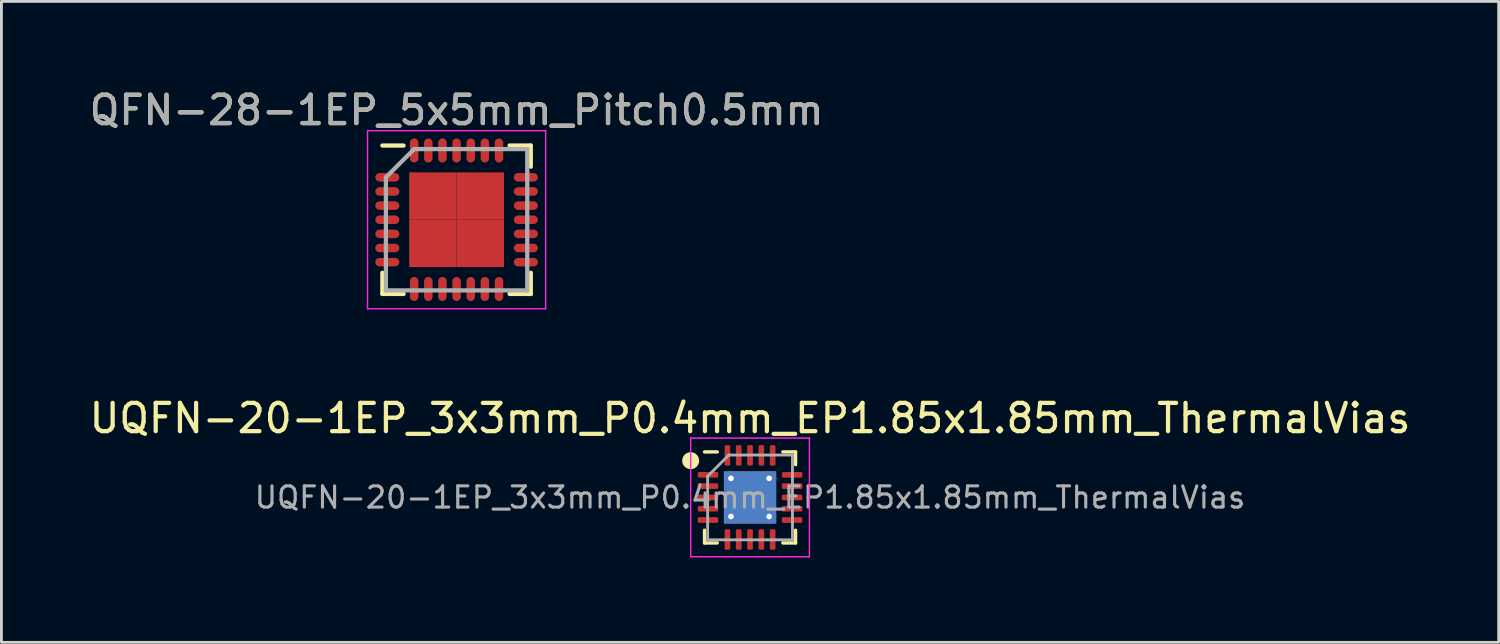
<source format=kicad_pcb>
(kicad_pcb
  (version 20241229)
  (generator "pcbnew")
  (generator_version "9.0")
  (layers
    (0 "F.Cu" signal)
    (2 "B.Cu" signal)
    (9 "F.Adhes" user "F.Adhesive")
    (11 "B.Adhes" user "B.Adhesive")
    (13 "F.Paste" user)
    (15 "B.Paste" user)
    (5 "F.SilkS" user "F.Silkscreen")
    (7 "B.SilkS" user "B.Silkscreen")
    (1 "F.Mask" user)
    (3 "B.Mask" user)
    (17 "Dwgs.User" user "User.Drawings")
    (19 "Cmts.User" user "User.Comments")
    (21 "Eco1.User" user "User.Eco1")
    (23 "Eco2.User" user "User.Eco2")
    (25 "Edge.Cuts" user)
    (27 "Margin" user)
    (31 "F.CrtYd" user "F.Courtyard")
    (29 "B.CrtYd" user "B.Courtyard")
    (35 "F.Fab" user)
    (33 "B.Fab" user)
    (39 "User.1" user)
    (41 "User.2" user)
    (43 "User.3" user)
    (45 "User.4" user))
  (footprint "UQFN-20-1EP_3x3mm_P0.4mm_EP1.85x1.85mm_ThermalVias"
    (layer "F.Cu")
    (at 23.482 14.546)
    (property "Reference" "UQFN-20-1EP_3x3mm_P0.4mm_EP1.85x1.85mm_ThermalVias" (at 0 -2.8 0) (layer "F.SilkS") (effects (font (size 1 1) (thickness 0.15))))
    (attr smd)
    (fp_line (start -1.61 1.61) (end -1.61 1.16) (stroke (width 0.12) (type solid)) (layer "F.SilkS"))
    (fp_line (start -1.16 -1.61) (end -1.61 -1.61) (stroke (width 0.12) (type solid)) (layer "F.SilkS"))
    (fp_line (start -1.16 1.61) (end -1.61 1.61) (stroke (width 0.12) (type solid)) (layer "F.SilkS"))
    (fp_line (start 1.16 -1.61) (end 1.61 -1.61) (stroke (width 0.12) (type solid)) (layer "F.SilkS"))
    (fp_line (start 1.16 1.61) (end 1.61 1.61) (stroke (width 0.12) (type solid)) (layer "F.SilkS"))
    (fp_line (start 1.61 -1.61) (end 1.61 -1.16) (stroke (width 0.12) (type solid)) (layer "F.SilkS"))
    (fp_line (start 1.61 1.61) (end 1.61 1.16) (stroke (width 0.12) (type solid)) (layer "F.SilkS"))
    (fp_circle (center -2.1 -1.3) (end -1.95 -1.3) (stroke (width 0.3) (type solid)) (fill no) (layer "F.SilkS"))
    (fp_line (start -2.1 -2.1) (end -2.1 2.1) (stroke (width 0.05) (type solid)) (layer "F.CrtYd"))
    (fp_line (start -2.1 2.1) (end 2.1 2.1) (stroke (width 0.05) (type solid)) (layer "F.CrtYd"))
    (fp_line (start 2.1 -2.1) (end -2.1 -2.1) (stroke (width 0.05) (type solid)) (layer "F.CrtYd"))
    (fp_line (start 2.1 2.1) (end 2.1 -2.1) (stroke (width 0.05) (type solid)) (layer "F.CrtYd"))
    (fp_line (start -1.5 -0.75) (end -0.75 -1.5) (stroke (width 0.1) (type solid)) (layer "F.Fab"))
    (fp_line (start -1.5 1.5) (end -1.5 -0.75) (stroke (width 0.1) (type solid)) (layer "F.Fab"))
    (fp_line (start -0.75 -1.5) (end 1.5 -1.5) (stroke (width 0.1) (type solid)) (layer "F.Fab"))
    (fp_line (start 1.5 -1.5) (end 1.5 1.5) (stroke (width 0.1) (type solid)) (layer "F.Fab"))
    (fp_line (start 1.5 1.5) (end -1.5 1.5) (stroke (width 0.1) (type solid)) (layer "F.Fab"))
    (fp_text user "${REFERENCE}" (at 0 0 0) (layer "F.Fab") (effects (font (size 0.75 0.75) (thickness 0.11))))
    (pad "" smd roundrect (at -0.46 -0.46) (size 0.8 0.8) (layers "F.Paste") (roundrect_rratio 0.25))
    (pad "" smd roundrect (at -0.46 0.46) (size 0.8 0.8) (layers "F.Paste") (roundrect_rratio 0.25))
    (pad "" smd roundrect (at 0.46 -0.46) (size 0.8 0.8) (layers "F.Paste") (roundrect_rratio 0.25))
    (pad "" smd roundrect (at 0.46 0.46) (size 0.8 0.8) (layers "F.Paste") (roundrect_rratio 0.25))
    (pad "1" smd roundrect (at -1.488 -0.8) (size 0.725 0.2) (layers "F.Cu" "F.Mask" "F.Paste") (roundrect_rratio 0.25))
    (pad "2" smd roundrect (at -1.488 -0.4) (size 0.725 0.2) (layers "F.Cu" "F.Mask" "F.Paste") (roundrect_rratio 0.25))
    (pad "3" smd roundrect (at -1.488 0) (size 0.725 0.2) (layers "F.Cu" "F.Mask" "F.Paste") (roundrect_rratio 0.25))
    (pad "4" smd roundrect (at -1.488 0.4) (size 0.725 0.2) (layers "F.Cu" "F.Mask" "F.Paste") (roundrect_rratio 0.25))
    (pad "5" smd roundrect (at -1.488 0.8) (size 0.725 0.2) (layers "F.Cu" "F.Mask" "F.Paste") (roundrect_rratio 0.25))
    (pad "6" smd roundrect (at -0.8 1.488) (size 0.2 0.725) (layers "F.Cu" "F.Mask" "F.Paste") (roundrect_rratio 0.25))
    (pad "7" smd roundrect (at -0.4 1.488) (size 0.2 0.725) (layers "F.Cu" "F.Mask" "F.Paste") (roundrect_rratio 0.25))
    (pad "8" smd roundrect (at 0 1.488) (size 0.2 0.725) (layers "F.Cu" "F.Mask" "F.Paste") (roundrect_rratio 0.25))
    (pad "9" smd roundrect (at 0.4 1.488) (size 0.2 0.725) (layers "F.Cu" "F.Mask" "F.Paste") (roundrect_rratio 0.25))
    (pad "10" smd roundrect (at 0.8 1.488) (size 0.2 0.725) (layers "F.Cu" "F.Mask" "F.Paste") (roundrect_rratio 0.25))
    (pad "11" smd roundrect (at 1.488 0.8) (size 0.725 0.2) (layers "F.Cu" "F.Mask" "F.Paste") (roundrect_rratio 0.25))
    (pad "12" smd roundrect (at 1.488 0.4) (size 0.725 0.2) (layers "F.Cu" "F.Mask" "F.Paste") (roundrect_rratio 0.25))
    (pad "13" smd roundrect (at 1.488 0) (size 0.725 0.2) (layers "F.Cu" "F.Mask" "F.Paste") (roundrect_rratio 0.25))
    (pad "14" smd roundrect (at 1.488 -0.4) (size 0.725 0.2) (layers "F.Cu" "F.Mask" "F.Paste") (roundrect_rratio 0.25))
    (pad "15" smd roundrect (at 1.488 -0.8) (size 0.725 0.2) (layers "F.Cu" "F.Mask" "F.Paste") (roundrect_rratio 0.25))
    (pad "16" smd roundrect (at 0.8 -1.488) (size 0.2 0.725) (layers "F.Cu" "F.Mask" "F.Paste") (roundrect_rratio 0.25))
    (pad "17" smd roundrect (at 0.4 -1.488) (size 0.2 0.725) (layers "F.Cu" "F.Mask" "F.Paste") (roundrect_rratio 0.25))
    (pad "18" smd roundrect (at 0 -1.488) (size 0.2 0.725) (layers "F.Cu" "F.Mask" "F.Paste") (roundrect_rratio 0.25))
    (pad "19" smd roundrect (at -0.4 -1.488) (size 0.2 0.725) (layers "F.Cu" "F.Mask" "F.Paste") (roundrect_rratio 0.25))
    (pad "20" smd roundrect (at -0.8 -1.488) (size 0.2 0.725) (layers "F.Cu" "F.Mask" "F.Paste") (roundrect_rratio 0.25))
    (pad "21" thru_hole circle (at -0.675 -0.675) (size 0.5 0.5) (drill 0.2) (layers "*.Cu"))
    (pad "21" thru_hole circle (at -0.675 0.675) (size 0.5 0.5) (drill 0.2) (layers "*.Cu"))
    (pad "21" smd rect (at 0 0) (size 1.85 1.85) (layers "F.Cu" "F.Mask"))
    (pad "21" smd rect (at 0 0) (size 1.85 1.85) (layers "B.Cu"))
    (pad "21" thru_hole circle (at 0.675 -0.675) (size 0.5 0.5) (drill 0.2) (layers "*.Cu"))
    (pad "21" thru_hole circle (at 0.675 0.675) (size 0.5 0.5) (drill 0.2) (layers "*.Cu")))
  (footprint "QFN-28-1EP_5x5mm_Pitch0.5mm"
    (layer "F.Cu")
    (at 13.101 4.723)
    (property "Reference" "QFN-28-1EP_5x5mm_Pitch0.5mm" (at 0 -3.875 0) (layer "F.SilkS") (effects (font (size 1 1) (thickness 0.15))))
    (attr smd)
    (fp_line (start -2.625 -2.625) (end -1.875 -2.625) (stroke (width 0.15) (type solid)) (layer "F.SilkS"))
    (fp_line (start -2.625 2.625) (end -2.625 1.875) (stroke (width 0.15) (type solid)) (layer "F.SilkS"))
    (fp_line (start -2.625 2.625) (end -1.875 2.625) (stroke (width 0.15) (type solid)) (layer "F.SilkS"))
    (fp_line (start 2.625 -2.625) (end 1.875 -2.625) (stroke (width 0.15) (type solid)) (layer "F.SilkS"))
    (fp_line (start 2.625 -2.625) (end 2.625 -1.875) (stroke (width 0.15) (type solid)) (layer "F.SilkS"))
    (fp_line (start 2.625 2.625) (end 1.875 2.625) (stroke (width 0.15) (type solid)) (layer "F.SilkS"))
    (fp_line (start 2.625 2.625) (end 2.625 1.875) (stroke (width 0.15) (type solid)) (layer "F.SilkS"))
    (fp_line (start -3.15 -3.15) (end -3.15 3.15) (stroke (width 0.05) (type solid)) (layer "F.CrtYd"))
    (fp_line (start -3.15 -3.15) (end 3.15 -3.15) (stroke (width 0.05) (type solid)) (layer "F.CrtYd"))
    (fp_line (start -3.15 3.15) (end 3.15 3.15) (stroke (width 0.05) (type solid)) (layer "F.CrtYd"))
    (fp_line (start 3.15 -3.15) (end 3.15 3.15) (stroke (width 0.05) (type solid)) (layer "F.CrtYd"))
    (fp_line (start -2.5 -1.5) (end -1.5 -2.5) (stroke (width 0.15) (type solid)) (layer "F.Fab"))
    (fp_line (start -2.5 2.5) (end -2.5 -1.5) (stroke (width 0.15) (type solid)) (layer "F.Fab"))
    (fp_line (start -1.5 -2.5) (end 2.5 -2.5) (stroke (width 0.15) (type solid)) (layer "F.Fab"))
    (fp_line (start 2.5 -2.5) (end 2.5 2.5) (stroke (width 0.15) (type solid)) (layer "F.Fab"))
    (fp_line (start 2.5 2.5) (end -2.5 2.5) (stroke (width 0.15) (type solid)) (layer "F.Fab"))
    (fp_text user "${REFERENCE}" (at 0 -3.875 0) (layer "F.Fab") (effects (font (size 1 1) (thickness 0.15))))
    (pad "1" smd oval (at -2.45 -1.5) (size 0.85 0.3) (layers "F.Cu" "F.Mask" "F.Paste"))
    (pad "2" smd oval (at -2.45 -1) (size 0.85 0.3) (layers "F.Cu" "F.Mask" "F.Paste"))
    (pad "3" smd oval (at -2.45 -0.5) (size 0.85 0.3) (layers "F.Cu" "F.Mask" "F.Paste"))
    (pad "4" smd oval (at -2.45 0) (size 0.85 0.3) (layers "F.Cu" "F.Mask" "F.Paste"))
    (pad "5" smd oval (at -2.45 0.5) (size 0.85 0.3) (layers "F.Cu" "F.Mask" "F.Paste"))
    (pad "6" smd oval (at -2.45 1) (size 0.85 0.3) (layers "F.Cu" "F.Mask" "F.Paste"))
    (pad "7" smd oval (at -2.45 1.5) (size 0.85 0.3) (layers "F.Cu" "F.Mask" "F.Paste"))
    (pad "8" smd oval (at -1.5 2.45 90) (size 0.85 0.3) (layers "F.Cu" "F.Mask" "F.Paste"))
    (pad "9" smd oval (at -1 2.45 90) (size 0.85 0.3) (layers "F.Cu" "F.Mask" "F.Paste"))
    (pad "10" smd oval (at -0.5 2.45 90) (size 0.85 0.3) (layers "F.Cu" "F.Mask" "F.Paste"))
    (pad "11" smd oval (at 0 2.45 90) (size 0.85 0.3) (layers "F.Cu" "F.Mask" "F.Paste"))
    (pad "12" smd oval (at 0.5 2.45 90) (size 0.85 0.3) (layers "F.Cu" "F.Mask" "F.Paste"))
    (pad "13" smd oval (at 1 2.45 90) (size 0.85 0.3) (layers "F.Cu" "F.Mask" "F.Paste"))
    (pad "14" smd oval (at 1.5 2.45 90) (size 0.85 0.3) (layers "F.Cu" "F.Mask" "F.Paste"))
    (pad "15" smd oval (at 2.45 1.5) (size 0.85 0.3) (layers "F.Cu" "F.Mask" "F.Paste"))
    (pad "16" smd oval (at 2.45 1) (size 0.85 0.3) (layers "F.Cu" "F.Mask" "F.Paste"))
    (pad "17" smd oval (at 2.45 0.5) (size 0.85 0.3) (layers "F.Cu" "F.Mask" "F.Paste"))
    (pad "18" smd oval (at 2.45 0) (size 0.85 0.3) (layers "F.Cu" "F.Mask" "F.Paste"))
    (pad "19" smd oval (at 2.45 -0.5) (size 0.85 0.3) (layers "F.Cu" "F.Mask" "F.Paste"))
    (pad "20" smd oval (at 2.45 -1) (size 0.85 0.3) (layers "F.Cu" "F.Mask" "F.Paste"))
    (pad "21" smd oval (at 2.45 -1.5) (size 0.85 0.3) (layers "F.Cu" "F.Mask" "F.Paste"))
    (pad "22" smd oval (at 1.5 -2.45 90) (size 0.85 0.3) (layers "F.Cu" "F.Mask" "F.Paste"))
    (pad "23" smd oval (at 1 -2.45 90) (size 0.85 0.3) (layers "F.Cu" "F.Mask" "F.Paste"))
    (pad "24" smd oval (at 0.5 -2.45 90) (size 0.85 0.3) (layers "F.Cu" "F.Mask" "F.Paste"))
    (pad "25" smd oval (at 0 -2.45 90) (size 0.85 0.3) (layers "F.Cu" "F.Mask" "F.Paste"))
    (pad "26" smd oval (at -0.5 -2.45 90) (size 0.85 0.3) (layers "F.Cu" "F.Mask" "F.Paste"))
    (pad "27" smd oval (at -1 -2.45 90) (size 0.85 0.3) (layers "F.Cu" "F.Mask" "F.Paste"))
    (pad "28" smd oval (at -1.5 -2.45 90) (size 0.85 0.3) (layers "F.Cu" "F.Mask" "F.Paste"))
    (pad "29" smd rect (at -0.838 -0.838) (size 1.675 1.675) (layers "F.Cu" "F.Mask" "F.Paste"))
    (pad "29" smd rect (at -0.838 0.838) (size 1.675 1.675) (layers "F.Cu" "F.Mask" "F.Paste"))
    (pad "29" smd rect (at 0.838 -0.838) (size 1.675 1.675) (layers "F.Cu" "F.Mask" "F.Paste"))
    (pad "29" smd rect (at 0.838 0.838) (size 1.675 1.675) (layers "F.Cu" "F.Mask" "F.Paste")))
  (gr_rect
    (start -3 -3)
    (end 49.964 19.672)
    (stroke (width 0.1) (type default))
    (fill no)
    (layer "Edge.Cuts")))
</source>
